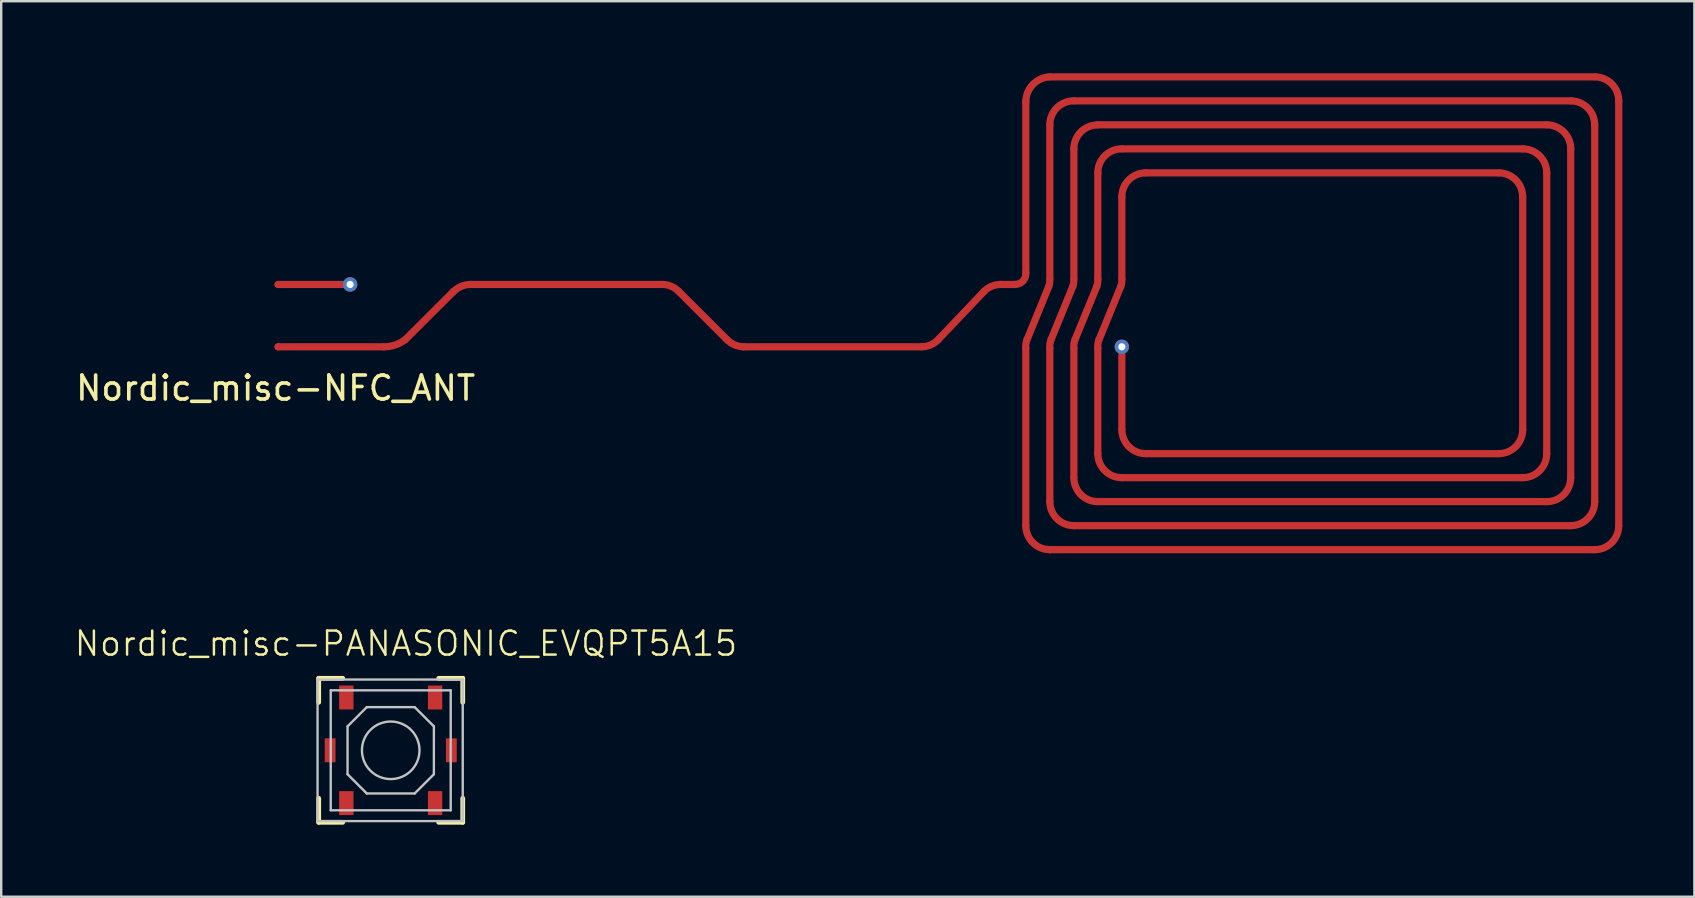
<source format=kicad_pcb>
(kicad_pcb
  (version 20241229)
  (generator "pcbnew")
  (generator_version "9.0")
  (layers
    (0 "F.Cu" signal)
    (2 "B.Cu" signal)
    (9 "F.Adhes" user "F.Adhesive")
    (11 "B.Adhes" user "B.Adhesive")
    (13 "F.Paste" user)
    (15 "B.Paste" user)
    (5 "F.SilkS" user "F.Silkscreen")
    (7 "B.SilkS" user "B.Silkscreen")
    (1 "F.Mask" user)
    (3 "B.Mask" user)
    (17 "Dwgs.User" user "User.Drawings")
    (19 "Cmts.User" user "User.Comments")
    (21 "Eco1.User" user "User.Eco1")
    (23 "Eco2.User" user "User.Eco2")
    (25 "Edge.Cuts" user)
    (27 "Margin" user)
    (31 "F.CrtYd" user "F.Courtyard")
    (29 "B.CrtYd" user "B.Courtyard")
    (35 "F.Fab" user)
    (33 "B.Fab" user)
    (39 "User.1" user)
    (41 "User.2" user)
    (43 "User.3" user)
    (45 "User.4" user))
  (footprint "Nordic_misc-NFC_ANT"
    (layer "F.Cu")
    (at 8.536 8.8)
    (property "Reference" "Nordic_misc-NFC_ANT" (at -0.102 4.318 0) (layer "F.SilkS") (effects (font (size 1 1) (thickness 0.15))))
    (attr smd)
    (fp_line (start 0 0) (end 3 0) (stroke (width 0.3) (type solid)) (layer "F.Cu"))
    (fp_line (start 0 2.598) (end 4.399 2.598) (stroke (width 0.3) (type solid)) (layer "F.Cu"))
    (fp_line (start 5.298 2.299) (end 7.3 0.3) (stroke (width 0.3) (type solid)) (layer "F.Cu"))
    (fp_line (start 7.998 0) (end 15.999 0) (stroke (width 0.3) (type solid)) (layer "F.Cu"))
    (fp_line (start 16.698 0.3) (end 18.699 2.299) (stroke (width 0.3) (type solid)) (layer "F.Cu"))
    (fp_line (start 19.398 2.598) (end 26.8 2.598) (stroke (width 0.3) (type solid)) (layer "F.Cu"))
    (fp_line (start 27.498 2.299) (end 29.398 0.3) (stroke (width 0.3) (type solid)) (layer "F.Cu"))
    (fp_line (start 30.099 0) (end 30.698 0) (stroke (width 0.3) (type solid)) (layer "F.Cu"))
    (fp_line (start 31.148 -0.498) (end 31.148 -7.6) (stroke (width 0.3) (type solid)) (layer "F.Cu"))
    (fp_line (start 31.148 10.048) (end 31.148 2.659) (stroke (width 0.3) (type solid)) (layer "F.Cu"))
    (fp_line (start 31.199 2.299) (end 32.098 0.099) (stroke (width 0.3) (type solid)) (layer "F.Cu"))
    (fp_line (start 32.149 -8.649) (end 54.849 -8.649) (stroke (width 0.3) (type solid)) (layer "F.Cu"))
    (fp_line (start 32.149 -0.249) (end 32.149 -6.65) (stroke (width 0.3) (type solid)) (layer "F.Cu"))
    (fp_line (start 32.149 9.047) (end 32.149 2.659) (stroke (width 0.3) (type solid)) (layer "F.Cu"))
    (fp_line (start 32.149 11.049) (end 54.849 11.049) (stroke (width 0.3) (type solid)) (layer "F.Cu"))
    (fp_line (start 32.2 2.299) (end 33.099 0.099) (stroke (width 0.3) (type solid)) (layer "F.Cu"))
    (fp_line (start 33.15 -7.648) (end 53.848 -7.648) (stroke (width 0.3) (type solid)) (layer "F.Cu"))
    (fp_line (start 33.15 -0.249) (end 33.15 -5.649) (stroke (width 0.3) (type solid)) (layer "F.Cu"))
    (fp_line (start 33.15 8.049) (end 33.15 2.659) (stroke (width 0.3) (type solid)) (layer "F.Cu"))
    (fp_line (start 33.15 10.048) (end 53.848 10.048) (stroke (width 0.3) (type solid)) (layer "F.Cu"))
    (fp_line (start 33.198 2.299) (end 34.099 0.099) (stroke (width 0.3) (type solid)) (layer "F.Cu"))
    (fp_line (start 34.148 -6.65) (end 52.85 -6.65) (stroke (width 0.3) (type solid)) (layer "F.Cu"))
    (fp_line (start 34.148 -0.249) (end 34.148 -4.648) (stroke (width 0.3) (type solid)) (layer "F.Cu"))
    (fp_line (start 34.148 7.048) (end 34.148 2.659) (stroke (width 0.3) (type solid)) (layer "F.Cu"))
    (fp_line (start 34.148 9.047) (end 52.85 9.047) (stroke (width 0.3) (type solid)) (layer "F.Cu"))
    (fp_line (start 34.199 2.299) (end 35.098 0.099) (stroke (width 0.3) (type solid)) (layer "F.Cu"))
    (fp_line (start 35.149 -5.649) (end 51.849 -5.649) (stroke (width 0.3) (type solid)) (layer "F.Cu"))
    (fp_line (start 35.149 -0.249) (end 35.149 -3.65) (stroke (width 0.3) (type solid)) (layer "F.Cu"))
    (fp_line (start 35.149 6.048) (end 35.149 2.598) (stroke (width 0.3) (type solid)) (layer "F.Cu"))
    (fp_line (start 35.149 8.049) (end 51.849 8.049) (stroke (width 0.3) (type solid)) (layer "F.Cu"))
    (fp_line (start 36.149 -4.648) (end 50.848 -4.648) (stroke (width 0.3) (type solid)) (layer "F.Cu"))
    (fp_line (start 36.149 7.048) (end 50.848 7.048) (stroke (width 0.3) (type solid)) (layer "F.Cu"))
    (fp_line (start 51.849 6.048) (end 51.849 -3.65) (stroke (width 0.3) (type solid)) (layer "F.Cu"))
    (fp_line (start 52.85 7.048) (end 52.85 -4.648) (stroke (width 0.3) (type solid)) (layer "F.Cu"))
    (fp_line (start 53.848 8.049) (end 53.848 -5.649) (stroke (width 0.3) (type solid)) (layer "F.Cu"))
    (fp_line (start 54.849 9.047) (end 54.849 -6.65) (stroke (width 0.3) (type solid)) (layer "F.Cu"))
    (fp_line (start 55.85 10.048) (end 55.85 -7.648) (stroke (width 0.3) (type solid)) (layer "F.Cu"))
    (fp_arc (start 5.29844 2.2987) (mid 4.874046 2.521227) (end 4.401108 2.598419) (stroke (width 0.29972) (type solid)) (layer "F.Cu"))
    (fp_arc (start 7.29996 0.29972) (mid 7.620562 0.082656) (end 7.998848 0.000176) (stroke (width 0.29972) (type solid)) (layer "F.Cu"))
    (fp_arc (start 15.99946 0) (mid 16.378918 0.077719) (end 16.697268 0.29836) (stroke (width 0.29972) (type solid)) (layer "F.Cu"))
    (fp_arc (start 19.39798 2.59842) (mid 19.019657 2.515784) (end 18.699078 2.29856) (stroke (width 0.29972) (type solid)) (layer "F.Cu"))
    (fp_arc (start 27.49804 2.2987) (mid 27.180169 2.519723) (end 26.801001 2.597981) (stroke (width 0.29972) (type solid)) (layer "F.Cu"))
    (fp_arc (start 29.39796 0.29972) (mid 29.716376 0.077828) (end 30.096524 -0.000352) (stroke (width 0.29972) (type solid)) (layer "F.Cu"))
    (fp_arc (start 31.14802 -7.59968) (mid 31.43807 -8.324857) (end 32.148212 -8.649985) (stroke (width 0.29972) (type solid)) (layer "F.Cu"))
    (fp_arc (start 31.14802 -0.49784) (mid 31.033244 -0.14861) (end 30.696916 -0.000224) (stroke (width 0.29972) (type solid)) (layer "F.Cu"))
    (fp_arc (start 31.14802 2.64922) (mid 31.15119 2.47119) (end 31.197635 2.299296) (stroke (width 0.29972) (type solid)) (layer "F.Cu"))
    (fp_arc (start 32.14878 -6.64972) (mid 32.441896 -7.357364) (end 33.14954 -7.65048) (stroke (width 0.29972) (type solid)) (layer "F.Cu"))
    (fp_arc (start 32.14878 -0.19812) (mid 32.140278 -0.045826) (end 32.098375 0.100836) (stroke (width 0.29972) (type solid)) (layer "F.Cu"))
    (fp_arc (start 32.14878 2.64922) (mid 32.15195 2.47119) (end 32.198395 2.299296) (stroke (width 0.29972) (type solid)) (layer "F.Cu"))
    (fp_arc (start 32.14878 11.049) (mid 31.441136 10.755884) (end 31.14802 10.04824) (stroke (width 0.29972) (type solid)) (layer "F.Cu"))
    (fp_arc (start 33.14954 -5.64896) (mid 33.441912 -6.354808) (end 34.14776 -6.64718) (stroke (width 0.29972) (type solid)) (layer "F.Cu"))
    (fp_arc (start 33.14954 -0.19812) (mid 33.141038 -0.045826) (end 33.099135 0.100836) (stroke (width 0.29972) (type solid)) (layer "F.Cu"))
    (fp_arc (start 33.14954 2.64922) (mid 33.152633 2.471809) (end 33.198853 2.300496) (stroke (width 0.29972) (type solid)) (layer "F.Cu"))
    (fp_arc (start 33.14954 10.04824) (mid 32.441896 9.755124) (end 32.14878 9.04748) (stroke (width 0.29972) (type solid)) (layer "F.Cu"))
    (fp_arc (start 34.14776 -4.6482) (mid 34.440876 -5.355844) (end 35.14852 -5.64896) (stroke (width 0.29972) (type solid)) (layer "F.Cu"))
    (fp_arc (start 34.14776 -0.24892) (mid 34.144123 -0.071211) (end 34.098651 0.100621) (stroke (width 0.29972) (type solid)) (layer "F.Cu"))
    (fp_arc (start 34.14776 2.64922) (mid 34.15093 2.47119) (end 34.197375 2.299296) (stroke (width 0.29972) (type solid)) (layer "F.Cu"))
    (fp_arc (start 34.14776 9.04748) (mid 33.441912 8.755108) (end 33.14954 8.04926) (stroke (width 0.29972) (type solid)) (layer "F.Cu"))
    (fp_arc (start 35.14852 -3.64998) (mid 35.441636 -4.357624) (end 36.14928 -4.65074) (stroke (width 0.29972) (type solid)) (layer "F.Cu"))
    (fp_arc (start 35.14852 -0.24892) (mid 35.14535 -0.07089) (end 35.098905 0.101004) (stroke (width 0.29972) (type solid)) (layer "F.Cu"))
    (fp_arc (start 35.14852 8.04926) (mid 34.440876 7.756144) (end 34.14776 7.0485) (stroke (width 0.29972) (type solid)) (layer "F.Cu"))
    (fp_arc (start 36.14928 7.0485) (mid 35.441636 6.755384) (end 35.14852 6.04774) (stroke (width 0.29972) (type solid)) (layer "F.Cu"))
    (fp_arc (start 50.84826 -4.6482) (mid 51.554108 -4.355828) (end 51.84648 -3.64998) (stroke (width 0.29972) (type solid)) (layer "F.Cu"))
    (fp_arc (start 51.84902 -5.64896) (mid 52.556664 -5.355844) (end 52.84978 -4.6482) (stroke (width 0.29972) (type solid)) (layer "F.Cu"))
    (fp_arc (start 51.84902 6.04774) (mid 51.555904 6.755384) (end 50.84826 7.0485) (stroke (width 0.29972) (type solid)) (layer "F.Cu"))
    (fp_arc (start 52.84978 -6.64972) (mid 53.557424 -6.356604) (end 53.85054 -5.64896) (stroke (width 0.29972) (type solid)) (layer "F.Cu"))
    (fp_arc (start 52.84978 7.0485) (mid 52.556664 7.756144) (end 51.84902 8.04926) (stroke (width 0.29972) (type solid)) (layer "F.Cu"))
    (fp_arc (start 53.848 -7.64794) (mid 54.553848 -7.355568) (end 54.84622 -6.64972) (stroke (width 0.29972) (type solid)) (layer "F.Cu"))
    (fp_arc (start 53.848 8.04926) (mid 53.555628 8.755108) (end 52.84978 9.04748) (stroke (width 0.29972) (type solid)) (layer "F.Cu"))
    (fp_arc (start 54.84876 -8.6487) (mid 55.556404 -8.355584) (end 55.84952 -7.64794) (stroke (width 0.29972) (type solid)) (layer "F.Cu"))
    (fp_arc (start 54.84876 9.04748) (mid 54.555644 9.755124) (end 53.848 10.04824) (stroke (width 0.29972) (type solid)) (layer "F.Cu"))
    (fp_arc (start 55.84952 10.04824) (mid 55.556404 10.755884) (end 54.84876 11.049) (stroke (width 0.29972) (type solid)) (layer "F.Cu"))
    (fp_line (start 3 0) (end 4.399 0) (stroke (width 0.3) (type solid)) (layer "B.Adhes"))
    (fp_line (start 5.298 0.3) (end 7.3 2.299) (stroke (width 0.3) (type solid)) (layer "B.Adhes"))
    (fp_line (start 7.998 2.598) (end 15.999 2.598) (stroke (width 0.3) (type solid)) (layer "B.Adhes"))
    (fp_line (start 16.698 2.299) (end 18.699 0.3) (stroke (width 0.3) (type solid)) (layer "B.Adhes"))
    (fp_line (start 19.5 0) (end 26.299 0) (stroke (width 0.3) (type solid)) (layer "B.Adhes"))
    (fp_line (start 26.998 0.3) (end 28.999 2.299) (stroke (width 0.3) (type solid)) (layer "B.Adhes"))
    (fp_line (start 29.799 2.598) (end 35.149 2.598) (stroke (width 0.3) (type solid)) (layer "B.Adhes"))
    (fp_arc (start 4.39928 0) (mid 4.872312 0.076614) (end 5.296977 0.298624) (stroke (width 0.29972) (type solid)) (layer "B.Adhes"))
    (fp_arc (start 7.99846 2.59842) (mid 7.620137 2.515784) (end 7.299558 2.29856) (stroke (width 0.29972) (type solid)) (layer "B.Adhes"))
    (fp_arc (start 16.69796 2.2987) (mid 16.380089 2.519723) (end 16.000921 2.597981) (stroke (width 0.29972) (type solid)) (layer "B.Adhes"))
    (fp_arc (start 18.69948 0.29972) (mid 19.065735 0.063685) (end 19.496784 0.000033) (stroke (width 0.29972) (type solid)) (layer "B.Adhes"))
    (fp_arc (start 26.29916 0) (mid 26.678618 0.077719) (end 26.996968 0.29836) (stroke (width 0.29972) (type solid)) (layer "B.Adhes"))
    (fp_arc (start 29.79928 2.59842) (mid 29.367968 2.53592) (end 29.000997 2.300826) (stroke (width 0.29972) (type solid)) (layer "B.Adhes"))
    (pad "1" smd circle (at 0 0) (size 0.3 0.3) (layers "F.Cu" "F.Mask" "F.Paste"))
    (pad "1" thru_hole circle (at 3 0) (size 0.599 0.599) (drill 0.3) (layers "*.Cu" "*.Paste" "*.Mask"))
    (pad "2" smd circle (at 0 2.598) (size 0.3 0.3) (layers "F.Cu" "F.Mask" "F.Paste"))
    (pad "2" thru_hole circle (at 35.149 2.598) (size 0.599 0.599) (drill 0.3) (layers "*.Cu" "*.Paste" "*.Mask")))
  (footprint "Nordic_misc-PANASONIC_EVQPT5A15"
    (layer "F.Cu")
    (at 13.227 28.207)
    (property "Reference" "Nordic_misc-PANASONIC_EVQPT5A15" (at 0.635 -4.445 0) (layer "F.SilkS") (effects (font (size 1 1) (thickness 0.102))))
    (attr smd)
    (fp_line (start -3 -3) (end -1.999 -3) (stroke (width 0.198) (type solid)) (layer "F.SilkS"))
    (fp_line (start -3 -1.999) (end -3 -3) (stroke (width 0.198) (type solid)) (layer "F.SilkS"))
    (fp_line (start -3 3) (end -3 1.999) (stroke (width 0.198) (type solid)) (layer "F.SilkS"))
    (fp_line (start -1.999 3) (end -3 3) (stroke (width 0.198) (type solid)) (layer "F.SilkS"))
    (fp_line (start 1.999 -3) (end 3 -3) (stroke (width 0.198) (type solid)) (layer "F.SilkS"))
    (fp_line (start 3 -3) (end 3 -1.999) (stroke (width 0.198) (type solid)) (layer "F.SilkS"))
    (fp_line (start 3 1.999) (end 3 3) (stroke (width 0.198) (type solid)) (layer "F.SilkS"))
    (fp_line (start 3 3) (end 1.999 3) (stroke (width 0.198) (type solid)) (layer "F.SilkS"))
    (fp_line (start -3.048 -2.949) (end -3.048 2.949) (stroke (width 0.099) (type solid)) (layer "Dwgs.User"))
    (fp_line (start -3.048 2.949) (end 3 2.949) (stroke (width 0.099) (type solid)) (layer "Dwgs.User"))
    (fp_line (start -2.499 -2.499) (end -2.499 2.499) (stroke (width 0.099) (type solid)) (layer "Dwgs.User"))
    (fp_line (start -2.499 2.499) (end 2.499 2.499) (stroke (width 0.099) (type solid)) (layer "Dwgs.User"))
    (fp_line (start -1.798 -0.998) (end -1.798 0.998) (stroke (width 0.099) (type solid)) (layer "Dwgs.User"))
    (fp_line (start -1.798 0.998) (end -0.998 1.798) (stroke (width 0.099) (type solid)) (layer "Dwgs.User"))
    (fp_line (start -0.998 -1.798) (end -1.798 -0.998) (stroke (width 0.099) (type solid)) (layer "Dwgs.User"))
    (fp_line (start -0.998 1.798) (end 0.998 1.798) (stroke (width 0.099) (type solid)) (layer "Dwgs.User"))
    (fp_line (start 0.998 -1.798) (end -0.998 -1.798) (stroke (width 0.099) (type solid)) (layer "Dwgs.User"))
    (fp_line (start 0.998 1.798) (end 1.798 0.998) (stroke (width 0.099) (type solid)) (layer "Dwgs.User"))
    (fp_line (start 1.798 -0.998) (end 0.998 -1.798) (stroke (width 0.099) (type solid)) (layer "Dwgs.User"))
    (fp_line (start 1.798 0.998) (end 1.798 -0.998) (stroke (width 0.099) (type solid)) (layer "Dwgs.User"))
    (fp_line (start 2.499 -2.499) (end -2.499 -2.499) (stroke (width 0.099) (type solid)) (layer "Dwgs.User"))
    (fp_line (start 2.499 2.499) (end 2.499 -2.499) (stroke (width 0.099) (type solid)) (layer "Dwgs.User"))
    (fp_line (start 3 -2.949) (end -3.048 -2.949) (stroke (width 0.099) (type solid)) (layer "Dwgs.User"))
    (fp_line (start 3 2.949) (end 3 -2.949) (stroke (width 0.099) (type solid)) (layer "Dwgs.User"))
    (fp_circle (center 0 0) (end 0 -1.199) (stroke (width 0.099) (type solid)) (fill no) (layer "Dwgs.User"))
    (pad "1" smd rect (at -1.849 -2.2) (size 0.599 0.998) (layers "F.Cu" "F.Mask" "F.Paste"))
    (pad "2" smd rect (at -1.849 2.2) (size 0.599 0.998) (layers "F.Cu" "F.Mask" "F.Paste"))
    (pad "3" smd rect (at 1.849 -2.2) (size 0.599 0.998) (layers "F.Cu" "F.Mask" "F.Paste"))
    (pad "4" smd rect (at 1.849 2.2) (size 0.599 0.998) (layers "F.Cu" "F.Mask" "F.Paste"))
    (pad "5" smd rect (at -2.525 0) (size 0.45 0.998) (layers "F.Cu" "F.Mask" "F.Paste"))
    (pad "6" smd rect (at 2.525 0) (size 0.45 0.998) (layers "F.Cu" "F.Mask" "F.Paste")))
  (gr_rect
    (start -3 -3)
    (end 67.536 34.306)
    (stroke (width 0.1) (type default))
    (fill no)
    (layer "Edge.Cuts")))
</source>
